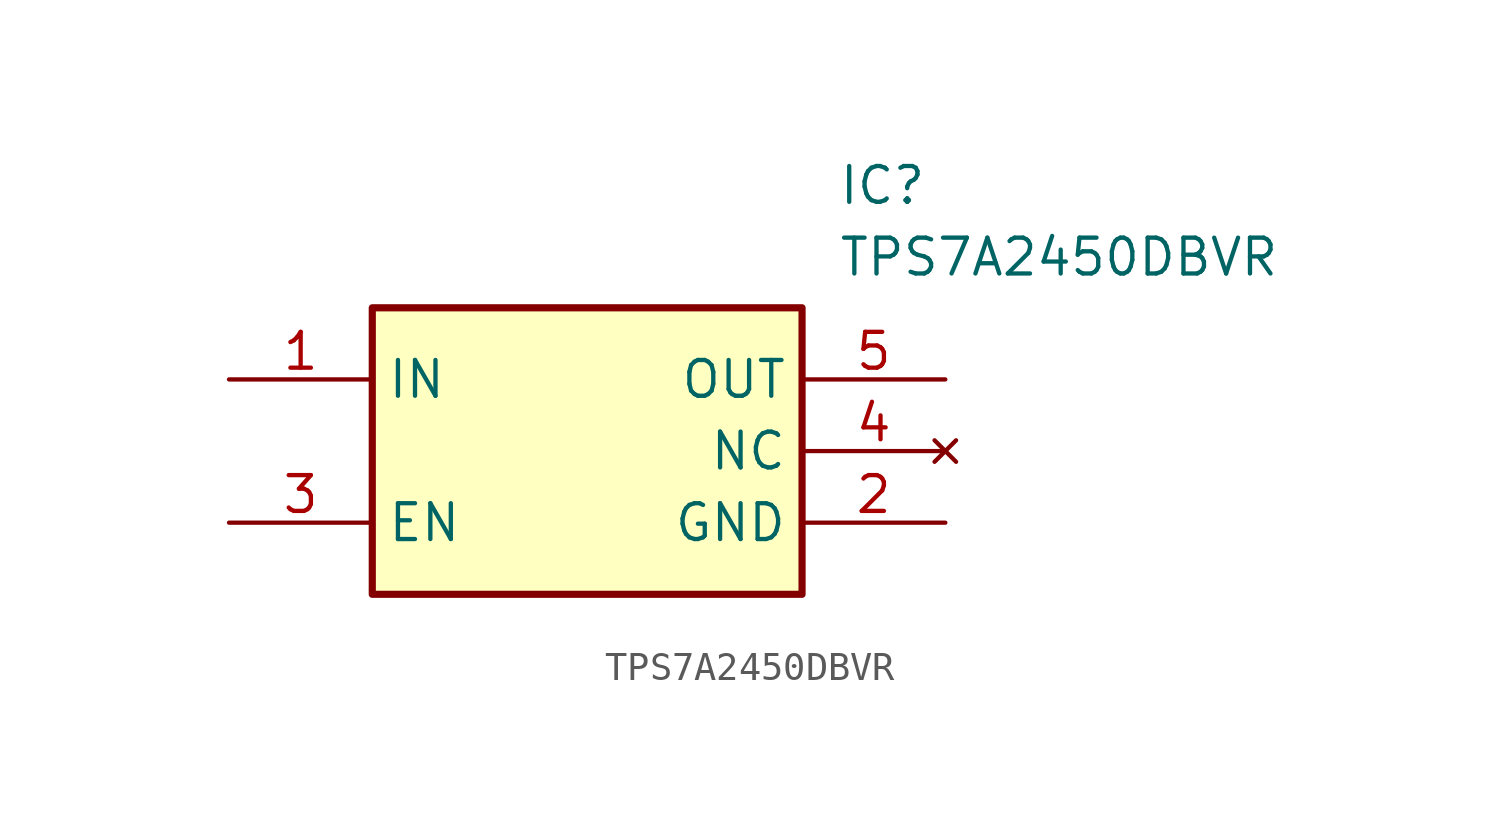
<source format=kicad_sym>
(kicad_symbol_lib
  (version 20241209)
  (generator "kicad_symbol_editor")
  (generator_version "9.0")
  (symbol "TPS7A2450DBVR"
    (property "Reference" "IC"
      (at 21.59 7.62 0)
      (effects (font (size 1.27 1.27)) (justify left top)))
    (property "Value" "TPS7A2450DBVR"
      (at 21.59 5.08 0)
      (effects (font (size 1.27 1.27)) (justify left top)))
    (symbol "TPS7A2450DBVR_1_1"
      (rectangle (start 5.08 2.54) (end 20.32 -7.62) (stroke (width 0.254) (type default)) (fill (type background)))
      (pin passive line (at 0 0 0) (length 5.08) (name "IN" (effects (font (size 1.27 1.27)))) (number "1" (effects (font (size 1.27 1.27)))))
      (pin passive line (at 0 -5.08 0) (length 5.08) (name "EN" (effects (font (size 1.27 1.27)))) (number "3" (effects (font (size 1.27 1.27)))))
      (pin passive line (at 25.4 0 180) (length 5.08) (name "OUT" (effects (font (size 1.27 1.27)))) (number "5" (effects (font (size 1.27 1.27)))))
      (pin no_connect line (at 25.4 -2.54 180) (length 5.08) (name "NC" (effects (font (size 1.27 1.27)))) (number "4" (effects (font (size 1.27 1.27)))))
      (pin passive line (at 25.4 -5.08 180) (length 5.08) (name "GND" (effects (font (size 1.27 1.27)))) (number "2" (effects (font (size 1.27 1.27))))))))
</source>
